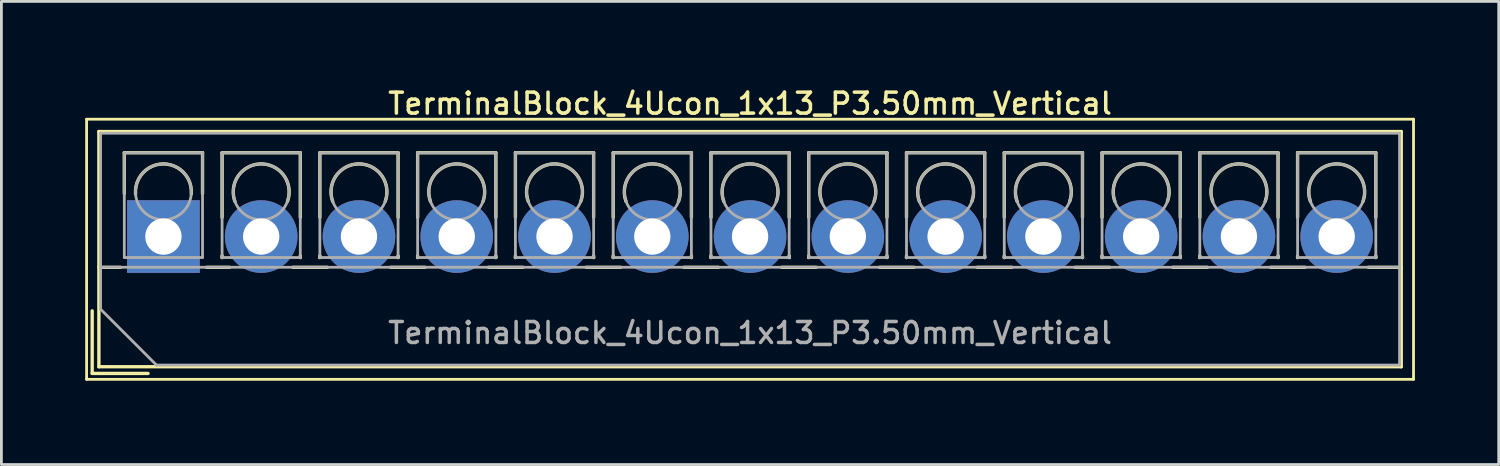
<source format=kicad_pcb>
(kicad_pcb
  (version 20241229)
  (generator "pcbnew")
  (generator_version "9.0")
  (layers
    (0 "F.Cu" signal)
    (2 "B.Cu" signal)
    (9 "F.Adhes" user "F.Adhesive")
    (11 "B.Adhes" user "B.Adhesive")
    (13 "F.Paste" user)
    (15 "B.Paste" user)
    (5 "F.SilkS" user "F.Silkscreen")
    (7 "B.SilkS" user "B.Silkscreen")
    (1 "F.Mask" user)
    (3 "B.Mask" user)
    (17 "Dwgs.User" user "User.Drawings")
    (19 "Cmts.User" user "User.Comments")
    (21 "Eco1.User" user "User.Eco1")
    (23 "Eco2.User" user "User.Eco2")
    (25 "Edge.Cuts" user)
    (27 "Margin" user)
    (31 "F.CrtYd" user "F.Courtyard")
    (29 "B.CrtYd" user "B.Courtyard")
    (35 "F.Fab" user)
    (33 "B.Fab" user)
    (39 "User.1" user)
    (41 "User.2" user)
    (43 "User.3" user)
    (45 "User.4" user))
  (footprint "TerminalBlock_4Ucon_1x13_P3.50mm_Vertical"
    (layer "F.Cu")
    (at 2.8 5.418)
    (property "Reference" "TerminalBlock_4Ucon_1x13_P3.50mm_Vertical" (at 21 -4.76 0) (layer "F.SilkS") (effects (font (size 0.75 0.75) (thickness 0.125))))
    (attr through_hole)
    (fp_line (start -2.75 -4.2) (end -2.75 5.11) (stroke (width 0.1) (type solid)) (layer "F.SilkS"))
    (fp_line (start -2.75 5.11) (end 44.75 5.11) (stroke (width 0.1) (type solid)) (layer "F.SilkS"))
    (fp_line (start -2.55 2.66) (end -2.55 4.9) (stroke (width 0.12) (type solid)) (layer "F.SilkS"))
    (fp_line (start -2.55 4.9) (end -0.55 4.9) (stroke (width 0.12) (type solid)) (layer "F.SilkS"))
    (fp_line (start -2.31 -3.76) (end -2.31 4.66) (stroke (width 0.12) (type solid)) (layer "F.SilkS"))
    (fp_line (start -2.31 -3.76) (end 44.31 -3.76) (stroke (width 0.12) (type solid)) (layer "F.SilkS"))
    (fp_line (start -2.31 1.101) (end -1.54 1.101) (stroke (width 0.12) (type solid)) (layer "F.SilkS"))
    (fp_line (start -2.31 4.66) (end 44.31 4.66) (stroke (width 0.12) (type solid)) (layer "F.SilkS"))
    (fp_line (start -1.4 -3) (end -1.4 -1.54) (stroke (width 0.12) (type solid)) (layer "F.SilkS"))
    (fp_line (start -1.4 -3) (end 1.4 -3) (stroke (width 0.12) (type solid)) (layer "F.SilkS"))
    (fp_line (start 1.4 -3) (end 1.4 -1.54) (stroke (width 0.12) (type solid)) (layer "F.SilkS"))
    (fp_line (start 1.54 1.101) (end 2.367 1.101) (stroke (width 0.12) (type solid)) (layer "F.SilkS"))
    (fp_line (start 2.1 -3) (end 2.1 -0.689) (stroke (width 0.12) (type solid)) (layer "F.SilkS"))
    (fp_line (start 2.1 -3) (end 4.9 -3) (stroke (width 0.12) (type solid)) (layer "F.SilkS"))
    (fp_line (start 2.1 0.689) (end 2.1 0.75) (stroke (width 0.12) (type solid)) (layer "F.SilkS"))
    (fp_line (start 2.1 0.75) (end 2.101 0.75) (stroke (width 0.12) (type solid)) (layer "F.SilkS"))
    (fp_line (start 4.634 1.101) (end 5.867 1.101) (stroke (width 0.12) (type solid)) (layer "F.SilkS"))
    (fp_line (start 4.9 -3) (end 4.9 -0.689) (stroke (width 0.12) (type solid)) (layer "F.SilkS"))
    (fp_line (start 4.9 0.689) (end 4.9 0.75) (stroke (width 0.12) (type solid)) (layer "F.SilkS"))
    (fp_line (start 4.9 0.75) (end 4.9 0.75) (stroke (width 0.12) (type solid)) (layer "F.SilkS"))
    (fp_line (start 5.6 -3) (end 5.6 -0.689) (stroke (width 0.12) (type solid)) (layer "F.SilkS"))
    (fp_line (start 5.6 -3) (end 8.4 -3) (stroke (width 0.12) (type solid)) (layer "F.SilkS"))
    (fp_line (start 5.6 0.689) (end 5.6 0.75) (stroke (width 0.12) (type solid)) (layer "F.SilkS"))
    (fp_line (start 5.6 0.75) (end 5.601 0.75) (stroke (width 0.12) (type solid)) (layer "F.SilkS"))
    (fp_line (start 8.134 1.101) (end 9.367 1.101) (stroke (width 0.12) (type solid)) (layer "F.SilkS"))
    (fp_line (start 8.4 -3) (end 8.4 -0.689) (stroke (width 0.12) (type solid)) (layer "F.SilkS"))
    (fp_line (start 8.4 0.689) (end 8.4 0.75) (stroke (width 0.12) (type solid)) (layer "F.SilkS"))
    (fp_line (start 8.4 0.75) (end 8.4 0.75) (stroke (width 0.12) (type solid)) (layer "F.SilkS"))
    (fp_line (start 9.1 -3) (end 9.1 -0.689) (stroke (width 0.12) (type solid)) (layer "F.SilkS"))
    (fp_line (start 9.1 -3) (end 11.9 -3) (stroke (width 0.12) (type solid)) (layer "F.SilkS"))
    (fp_line (start 9.1 0.689) (end 9.1 0.75) (stroke (width 0.12) (type solid)) (layer "F.SilkS"))
    (fp_line (start 9.1 0.75) (end 9.101 0.75) (stroke (width 0.12) (type solid)) (layer "F.SilkS"))
    (fp_line (start 11.634 1.101) (end 12.867 1.101) (stroke (width 0.12) (type solid)) (layer "F.SilkS"))
    (fp_line (start 11.9 -3) (end 11.9 -0.689) (stroke (width 0.12) (type solid)) (layer "F.SilkS"))
    (fp_line (start 11.9 0.689) (end 11.9 0.75) (stroke (width 0.12) (type solid)) (layer "F.SilkS"))
    (fp_line (start 11.9 0.75) (end 11.9 0.75) (stroke (width 0.12) (type solid)) (layer "F.SilkS"))
    (fp_line (start 12.6 -3) (end 12.6 -0.689) (stroke (width 0.12) (type solid)) (layer "F.SilkS"))
    (fp_line (start 12.6 -3) (end 15.4 -3) (stroke (width 0.12) (type solid)) (layer "F.SilkS"))
    (fp_line (start 12.6 0.689) (end 12.6 0.75) (stroke (width 0.12) (type solid)) (layer "F.SilkS"))
    (fp_line (start 12.6 0.75) (end 12.601 0.75) (stroke (width 0.12) (type solid)) (layer "F.SilkS"))
    (fp_line (start 15.134 1.101) (end 16.367 1.101) (stroke (width 0.12) (type solid)) (layer "F.SilkS"))
    (fp_line (start 15.4 -3) (end 15.4 -0.689) (stroke (width 0.12) (type solid)) (layer "F.SilkS"))
    (fp_line (start 15.4 0.689) (end 15.4 0.75) (stroke (width 0.12) (type solid)) (layer "F.SilkS"))
    (fp_line (start 15.4 0.75) (end 15.4 0.75) (stroke (width 0.12) (type solid)) (layer "F.SilkS"))
    (fp_line (start 16.101 -3) (end 16.101 -0.689) (stroke (width 0.12) (type solid)) (layer "F.SilkS"))
    (fp_line (start 16.101 -3) (end 18.9 -3) (stroke (width 0.12) (type solid)) (layer "F.SilkS"))
    (fp_line (start 16.101 0.689) (end 16.101 0.75) (stroke (width 0.12) (type solid)) (layer "F.SilkS"))
    (fp_line (start 16.101 0.75) (end 16.101 0.75) (stroke (width 0.12) (type solid)) (layer "F.SilkS"))
    (fp_line (start 18.634 1.101) (end 19.867 1.101) (stroke (width 0.12) (type solid)) (layer "F.SilkS"))
    (fp_line (start 18.9 -3) (end 18.9 -0.689) (stroke (width 0.12) (type solid)) (layer "F.SilkS"))
    (fp_line (start 18.9 0.689) (end 18.9 0.75) (stroke (width 0.12) (type solid)) (layer "F.SilkS"))
    (fp_line (start 18.9 0.75) (end 18.9 0.75) (stroke (width 0.12) (type solid)) (layer "F.SilkS"))
    (fp_line (start 19.6 -3) (end 19.6 -0.689) (stroke (width 0.12) (type solid)) (layer "F.SilkS"))
    (fp_line (start 19.6 -3) (end 22.4 -3) (stroke (width 0.12) (type solid)) (layer "F.SilkS"))
    (fp_line (start 19.6 0.689) (end 19.6 0.75) (stroke (width 0.12) (type solid)) (layer "F.SilkS"))
    (fp_line (start 19.6 0.75) (end 19.601 0.75) (stroke (width 0.12) (type solid)) (layer "F.SilkS"))
    (fp_line (start 22.134 1.101) (end 23.367 1.101) (stroke (width 0.12) (type solid)) (layer "F.SilkS"))
    (fp_line (start 22.4 -3) (end 22.4 -0.689) (stroke (width 0.12) (type solid)) (layer "F.SilkS"))
    (fp_line (start 22.4 0.689) (end 22.4 0.75) (stroke (width 0.12) (type solid)) (layer "F.SilkS"))
    (fp_line (start 22.4 0.75) (end 22.4 0.75) (stroke (width 0.12) (type solid)) (layer "F.SilkS"))
    (fp_line (start 23.1 -3) (end 23.1 -0.689) (stroke (width 0.12) (type solid)) (layer "F.SilkS"))
    (fp_line (start 23.1 -3) (end 25.9 -3) (stroke (width 0.12) (type solid)) (layer "F.SilkS"))
    (fp_line (start 23.1 0.689) (end 23.1 0.75) (stroke (width 0.12) (type solid)) (layer "F.SilkS"))
    (fp_line (start 23.1 0.75) (end 23.101 0.75) (stroke (width 0.12) (type solid)) (layer "F.SilkS"))
    (fp_line (start 25.634 1.101) (end 26.867 1.101) (stroke (width 0.12) (type solid)) (layer "F.SilkS"))
    (fp_line (start 25.9 -3) (end 25.9 -0.689) (stroke (width 0.12) (type solid)) (layer "F.SilkS"))
    (fp_line (start 25.9 0.689) (end 25.9 0.75) (stroke (width 0.12) (type solid)) (layer "F.SilkS"))
    (fp_line (start 25.9 0.75) (end 25.9 0.75) (stroke (width 0.12) (type solid)) (layer "F.SilkS"))
    (fp_line (start 26.6 -3) (end 26.6 -0.689) (stroke (width 0.12) (type solid)) (layer "F.SilkS"))
    (fp_line (start 26.6 -3) (end 29.4 -3) (stroke (width 0.12) (type solid)) (layer "F.SilkS"))
    (fp_line (start 26.6 0.689) (end 26.6 0.75) (stroke (width 0.12) (type solid)) (layer "F.SilkS"))
    (fp_line (start 26.6 0.75) (end 26.601 0.75) (stroke (width 0.12) (type solid)) (layer "F.SilkS"))
    (fp_line (start 29.134 1.101) (end 30.367 1.101) (stroke (width 0.12) (type solid)) (layer "F.SilkS"))
    (fp_line (start 29.4 -3) (end 29.4 -0.689) (stroke (width 0.12) (type solid)) (layer "F.SilkS"))
    (fp_line (start 29.4 0.689) (end 29.4 0.75) (stroke (width 0.12) (type solid)) (layer "F.SilkS"))
    (fp_line (start 29.4 0.75) (end 29.4 0.75) (stroke (width 0.12) (type solid)) (layer "F.SilkS"))
    (fp_line (start 30.1 -3) (end 30.1 -0.689) (stroke (width 0.12) (type solid)) (layer "F.SilkS"))
    (fp_line (start 30.1 -3) (end 32.9 -3) (stroke (width 0.12) (type solid)) (layer "F.SilkS"))
    (fp_line (start 30.1 0.689) (end 30.1 0.75) (stroke (width 0.12) (type solid)) (layer "F.SilkS"))
    (fp_line (start 30.1 0.75) (end 30.101 0.75) (stroke (width 0.12) (type solid)) (layer "F.SilkS"))
    (fp_line (start 32.634 1.101) (end 33.867 1.101) (stroke (width 0.12) (type solid)) (layer "F.SilkS"))
    (fp_line (start 32.9 -3) (end 32.9 -0.689) (stroke (width 0.12) (type solid)) (layer "F.SilkS"))
    (fp_line (start 32.9 0.689) (end 32.9 0.75) (stroke (width 0.12) (type solid)) (layer "F.SilkS"))
    (fp_line (start 32.9 0.75) (end 32.9 0.75) (stroke (width 0.12) (type solid)) (layer "F.SilkS"))
    (fp_line (start 33.6 -3) (end 33.6 -0.689) (stroke (width 0.12) (type solid)) (layer "F.SilkS"))
    (fp_line (start 33.6 -3) (end 36.4 -3) (stroke (width 0.12) (type solid)) (layer "F.SilkS"))
    (fp_line (start 33.6 0.689) (end 33.6 0.75) (stroke (width 0.12) (type solid)) (layer "F.SilkS"))
    (fp_line (start 33.6 0.75) (end 33.601 0.75) (stroke (width 0.12) (type solid)) (layer "F.SilkS"))
    (fp_line (start 36.134 1.101) (end 37.367 1.101) (stroke (width 0.12) (type solid)) (layer "F.SilkS"))
    (fp_line (start 36.4 -3) (end 36.4 -0.689) (stroke (width 0.12) (type solid)) (layer "F.SilkS"))
    (fp_line (start 36.4 0.689) (end 36.4 0.75) (stroke (width 0.12) (type solid)) (layer "F.SilkS"))
    (fp_line (start 36.4 0.75) (end 36.4 0.75) (stroke (width 0.12) (type solid)) (layer "F.SilkS"))
    (fp_line (start 37.1 -3) (end 37.1 -0.689) (stroke (width 0.12) (type solid)) (layer "F.SilkS"))
    (fp_line (start 37.1 -3) (end 39.9 -3) (stroke (width 0.12) (type solid)) (layer "F.SilkS"))
    (fp_line (start 37.1 0.689) (end 37.1 0.75) (stroke (width 0.12) (type solid)) (layer "F.SilkS"))
    (fp_line (start 37.1 0.75) (end 37.101 0.75) (stroke (width 0.12) (type solid)) (layer "F.SilkS"))
    (fp_line (start 39.634 1.101) (end 40.867 1.101) (stroke (width 0.12) (type solid)) (layer "F.SilkS"))
    (fp_line (start 39.9 -3) (end 39.9 -0.689) (stroke (width 0.12) (type solid)) (layer "F.SilkS"))
    (fp_line (start 39.9 0.689) (end 39.9 0.75) (stroke (width 0.12) (type solid)) (layer "F.SilkS"))
    (fp_line (start 39.9 0.75) (end 39.9 0.75) (stroke (width 0.12) (type solid)) (layer "F.SilkS"))
    (fp_line (start 40.6 -3) (end 40.6 -0.689) (stroke (width 0.12) (type solid)) (layer "F.SilkS"))
    (fp_line (start 40.6 -3) (end 43.4 -3) (stroke (width 0.12) (type solid)) (layer "F.SilkS"))
    (fp_line (start 40.6 0.689) (end 40.6 0.75) (stroke (width 0.12) (type solid)) (layer "F.SilkS"))
    (fp_line (start 40.6 0.75) (end 40.601 0.75) (stroke (width 0.12) (type solid)) (layer "F.SilkS"))
    (fp_line (start 43.134 1.101) (end 44.31 1.101) (stroke (width 0.12) (type solid)) (layer "F.SilkS"))
    (fp_line (start 43.4 -3) (end 43.4 -0.689) (stroke (width 0.12) (type solid)) (layer "F.SilkS"))
    (fp_line (start 43.4 0.689) (end 43.4 0.75) (stroke (width 0.12) (type solid)) (layer "F.SilkS"))
    (fp_line (start 43.4 0.75) (end 43.4 0.75) (stroke (width 0.12) (type solid)) (layer "F.SilkS"))
    (fp_line (start 44.31 -3.76) (end 44.31 4.66) (stroke (width 0.12) (type solid)) (layer "F.SilkS"))
    (fp_line (start 44.75 -4.2) (end -2.75 -4.2) (stroke (width 0.1) (type solid)) (layer "F.SilkS"))
    (fp_line (start 44.75 5.11) (end 44.75 -4.2) (stroke (width 0.1) (type solid)) (layer "F.SilkS"))
    (fp_arc (start -0.99789 -1.529434) (mid -0.000785 -2.600382) (end 0.998 -1.531) (stroke (width 0.12) (type solid)) (layer "F.SilkS"))
    (fp_arc (start 2.560085 -1.257767) (mid 3.499876 -2.600282) (end 4.44 -1.258) (stroke (width 0.12) (type solid)) (layer "F.SilkS"))
    (fp_arc (start 6.060085 -1.257767) (mid 6.999876 -2.600282) (end 7.94 -1.258) (stroke (width 0.12) (type solid)) (layer "F.SilkS"))
    (fp_arc (start 9.560085 -1.257767) (mid 10.499876 -2.600282) (end 11.44 -1.258) (stroke (width 0.12) (type solid)) (layer "F.SilkS"))
    (fp_arc (start 13.060085 -1.257767) (mid 13.999876 -2.600282) (end 14.94 -1.258) (stroke (width 0.12) (type solid)) (layer "F.SilkS"))
    (fp_arc (start 16.560085 -1.257767) (mid 17.499876 -2.600282) (end 18.44 -1.258) (stroke (width 0.12) (type solid)) (layer "F.SilkS"))
    (fp_arc (start 20.060085 -1.257767) (mid 20.999876 -2.600282) (end 21.94 -1.258) (stroke (width 0.12) (type solid)) (layer "F.SilkS"))
    (fp_arc (start 23.560085 -1.257767) (mid 24.499876 -2.600282) (end 25.44 -1.258) (stroke (width 0.12) (type solid)) (layer "F.SilkS"))
    (fp_arc (start 27.060085 -1.257767) (mid 27.999876 -2.600282) (end 28.94 -1.258) (stroke (width 0.12) (type solid)) (layer "F.SilkS"))
    (fp_arc (start 30.560085 -1.257767) (mid 31.499876 -2.600282) (end 32.44 -1.258) (stroke (width 0.12) (type solid)) (layer "F.SilkS"))
    (fp_arc (start 34.060085 -1.257767) (mid 34.999876 -2.600282) (end 35.94 -1.258) (stroke (width 0.12) (type solid)) (layer "F.SilkS"))
    (fp_arc (start 37.560085 -1.257767) (mid 38.499876 -2.600282) (end 39.44 -1.258) (stroke (width 0.12) (type solid)) (layer "F.SilkS"))
    (fp_arc (start 41.060085 -1.257767) (mid 41.999876 -2.600282) (end 42.94 -1.258) (stroke (width 0.12) (type solid)) (layer "F.SilkS"))
    (fp_line (start -2.25 -3.7) (end 44.25 -3.7) (stroke (width 0.1) (type solid)) (layer "F.Fab"))
    (fp_line (start -2.25 1.1) (end 44.25 1.1) (stroke (width 0.1) (type solid)) (layer "F.Fab"))
    (fp_line (start -2.25 2.6) (end -2.25 -3.7) (stroke (width 0.1) (type solid)) (layer "F.Fab"))
    (fp_line (start -1.4 -3) (end -1.4 0.75) (stroke (width 0.1) (type solid)) (layer "F.Fab"))
    (fp_line (start -1.4 0.75) (end 1.4 0.75) (stroke (width 0.1) (type solid)) (layer "F.Fab"))
    (fp_line (start -0.25 4.6) (end -2.25 2.6) (stroke (width 0.1) (type solid)) (layer "F.Fab"))
    (fp_line (start 1.4 -3) (end -1.4 -3) (stroke (width 0.1) (type solid)) (layer "F.Fab"))
    (fp_line (start 1.4 0.75) (end 1.4 -3) (stroke (width 0.1) (type solid)) (layer "F.Fab"))
    (fp_line (start 2.1 -3) (end 2.1 0.75) (stroke (width 0.1) (type solid)) (layer "F.Fab"))
    (fp_line (start 2.1 0.75) (end 4.9 0.75) (stroke (width 0.1) (type solid)) (layer "F.Fab"))
    (fp_line (start 4.9 -3) (end 2.1 -3) (stroke (width 0.1) (type solid)) (layer "F.Fab"))
    (fp_line (start 4.9 0.75) (end 4.9 -3) (stroke (width 0.1) (type solid)) (layer "F.Fab"))
    (fp_line (start 5.6 -3) (end 5.6 0.75) (stroke (width 0.1) (type solid)) (layer "F.Fab"))
    (fp_line (start 5.6 0.75) (end 8.4 0.75) (stroke (width 0.1) (type solid)) (layer "F.Fab"))
    (fp_line (start 8.4 -3) (end 5.6 -3) (stroke (width 0.1) (type solid)) (layer "F.Fab"))
    (fp_line (start 8.4 0.75) (end 8.4 -3) (stroke (width 0.1) (type solid)) (layer "F.Fab"))
    (fp_line (start 9.1 -3) (end 9.1 0.75) (stroke (width 0.1) (type solid)) (layer "F.Fab"))
    (fp_line (start 9.1 0.75) (end 11.9 0.75) (stroke (width 0.1) (type solid)) (layer "F.Fab"))
    (fp_line (start 11.9 -3) (end 9.1 -3) (stroke (width 0.1) (type solid)) (layer "F.Fab"))
    (fp_line (start 11.9 0.75) (end 11.9 -3) (stroke (width 0.1) (type solid)) (layer "F.Fab"))
    (fp_line (start 12.6 -3) (end 12.6 0.75) (stroke (width 0.1) (type solid)) (layer "F.Fab"))
    (fp_line (start 12.6 0.75) (end 15.4 0.75) (stroke (width 0.1) (type solid)) (layer "F.Fab"))
    (fp_line (start 15.4 -3) (end 12.6 -3) (stroke (width 0.1) (type solid)) (layer "F.Fab"))
    (fp_line (start 15.4 0.75) (end 15.4 -3) (stroke (width 0.1) (type solid)) (layer "F.Fab"))
    (fp_line (start 16.101 -3) (end 16.101 0.75) (stroke (width 0.1) (type solid)) (layer "F.Fab"))
    (fp_line (start 16.101 0.75) (end 18.9 0.75) (stroke (width 0.1) (type solid)) (layer "F.Fab"))
    (fp_line (start 18.9 -3) (end 16.101 -3) (stroke (width 0.1) (type solid)) (layer "F.Fab"))
    (fp_line (start 18.9 0.75) (end 18.9 -3) (stroke (width 0.1) (type solid)) (layer "F.Fab"))
    (fp_line (start 19.6 -3) (end 19.6 0.75) (stroke (width 0.1) (type solid)) (layer "F.Fab"))
    (fp_line (start 19.6 0.75) (end 22.4 0.75) (stroke (width 0.1) (type solid)) (layer "F.Fab"))
    (fp_line (start 22.4 -3) (end 19.6 -3) (stroke (width 0.1) (type solid)) (layer "F.Fab"))
    (fp_line (start 22.4 0.75) (end 22.4 -3) (stroke (width 0.1) (type solid)) (layer "F.Fab"))
    (fp_line (start 23.1 -3) (end 23.1 0.75) (stroke (width 0.1) (type solid)) (layer "F.Fab"))
    (fp_line (start 23.1 0.75) (end 25.9 0.75) (stroke (width 0.1) (type solid)) (layer "F.Fab"))
    (fp_line (start 25.9 -3) (end 23.1 -3) (stroke (width 0.1) (type solid)) (layer "F.Fab"))
    (fp_line (start 25.9 0.75) (end 25.9 -3) (stroke (width 0.1) (type solid)) (layer "F.Fab"))
    (fp_line (start 26.6 -3) (end 26.6 0.75) (stroke (width 0.1) (type solid)) (layer "F.Fab"))
    (fp_line (start 26.6 0.75) (end 29.4 0.75) (stroke (width 0.1) (type solid)) (layer "F.Fab"))
    (fp_line (start 29.4 -3) (end 26.6 -3) (stroke (width 0.1) (type solid)) (layer "F.Fab"))
    (fp_line (start 29.4 0.75) (end 29.4 -3) (stroke (width 0.1) (type solid)) (layer "F.Fab"))
    (fp_line (start 30.1 -3) (end 30.1 0.75) (stroke (width 0.1) (type solid)) (layer "F.Fab"))
    (fp_line (start 30.1 0.75) (end 32.9 0.75) (stroke (width 0.1) (type solid)) (layer "F.Fab"))
    (fp_line (start 32.9 -3) (end 30.1 -3) (stroke (width 0.1) (type solid)) (layer "F.Fab"))
    (fp_line (start 32.9 0.75) (end 32.9 -3) (stroke (width 0.1) (type solid)) (layer "F.Fab"))
    (fp_line (start 33.6 -3) (end 33.6 0.75) (stroke (width 0.1) (type solid)) (layer "F.Fab"))
    (fp_line (start 33.6 0.75) (end 36.4 0.75) (stroke (width 0.1) (type solid)) (layer "F.Fab"))
    (fp_line (start 36.4 -3) (end 33.6 -3) (stroke (width 0.1) (type solid)) (layer "F.Fab"))
    (fp_line (start 36.4 0.75) (end 36.4 -3) (stroke (width 0.1) (type solid)) (layer "F.Fab"))
    (fp_line (start 37.1 -3) (end 37.1 0.75) (stroke (width 0.1) (type solid)) (layer "F.Fab"))
    (fp_line (start 37.1 0.75) (end 39.9 0.75) (stroke (width 0.1) (type solid)) (layer "F.Fab"))
    (fp_line (start 39.9 -3) (end 37.1 -3) (stroke (width 0.1) (type solid)) (layer "F.Fab"))
    (fp_line (start 39.9 0.75) (end 39.9 -3) (stroke (width 0.1) (type solid)) (layer "F.Fab"))
    (fp_line (start 40.6 -3) (end 40.6 0.75) (stroke (width 0.1) (type solid)) (layer "F.Fab"))
    (fp_line (start 40.6 0.75) (end 43.4 0.75) (stroke (width 0.1) (type solid)) (layer "F.Fab"))
    (fp_line (start 43.4 -3) (end 40.6 -3) (stroke (width 0.1) (type solid)) (layer "F.Fab"))
    (fp_line (start 43.4 0.75) (end 43.4 -3) (stroke (width 0.1) (type solid)) (layer "F.Fab"))
    (fp_line (start 44.25 -3.7) (end 44.25 4.6) (stroke (width 0.1) (type solid)) (layer "F.Fab"))
    (fp_line (start 44.25 4.6) (end -0.25 4.6) (stroke (width 0.1) (type solid)) (layer "F.Fab"))
    (fp_circle (center 0 -1.6) (end 1 -1.6) (stroke (width 0.1) (type solid)) (fill no) (layer "F.Fab"))
    (fp_circle (center 3.5 -1.6) (end 4.5 -1.6) (stroke (width 0.1) (type solid)) (fill no) (layer "F.Fab"))
    (fp_circle (center 7 -1.6) (end 8 -1.6) (stroke (width 0.1) (type solid)) (fill no) (layer "F.Fab"))
    (fp_circle (center 10.5 -1.6) (end 11.5 -1.6) (stroke (width 0.1) (type solid)) (fill no) (layer "F.Fab"))
    (fp_circle (center 14 -1.6) (end 15 -1.6) (stroke (width 0.1) (type solid)) (fill no) (layer "F.Fab"))
    (fp_circle (center 17.5 -1.6) (end 18.5 -1.6) (stroke (width 0.1) (type solid)) (fill no) (layer "F.Fab"))
    (fp_circle (center 21 -1.6) (end 22 -1.6) (stroke (width 0.1) (type solid)) (fill no) (layer "F.Fab"))
    (fp_circle (center 24.5 -1.6) (end 25.5 -1.6) (stroke (width 0.1) (type solid)) (fill no) (layer "F.Fab"))
    (fp_circle (center 28 -1.6) (end 29 -1.6) (stroke (width 0.1) (type solid)) (fill no) (layer "F.Fab"))
    (fp_circle (center 31.5 -1.6) (end 32.5 -1.6) (stroke (width 0.1) (type solid)) (fill no) (layer "F.Fab"))
    (fp_circle (center 35 -1.6) (end 36 -1.6) (stroke (width 0.1) (type solid)) (fill no) (layer "F.Fab"))
    (fp_circle (center 38.5 -1.6) (end 39.5 -1.6) (stroke (width 0.1) (type solid)) (fill no) (layer "F.Fab"))
    (fp_circle (center 42 -1.6) (end 43 -1.6) (stroke (width 0.1) (type solid)) (fill no) (layer "F.Fab"))
    (fp_text user "${REFERENCE}" (at 21 3.45 0) (layer "F.Fab") (effects (font (size 0.75 0.75) (thickness 0.125))))
    (pad "1" thru_hole rect (at 0 0) (size 2.6 2.6) (drill 1.3) (layers "*.Cu" "*.Mask"))
    (pad "2" thru_hole circle (at 3.5 0) (size 2.6 2.6) (drill 1.3) (layers "*.Cu" "*.Mask"))
    (pad "3" thru_hole circle (at 7 0) (size 2.6 2.6) (drill 1.3) (layers "*.Cu" "*.Mask"))
    (pad "4" thru_hole circle (at 10.5 0) (size 2.6 2.6) (drill 1.3) (layers "*.Cu" "*.Mask"))
    (pad "5" thru_hole circle (at 14 0) (size 2.6 2.6) (drill 1.3) (layers "*.Cu" "*.Mask"))
    (pad "6" thru_hole circle (at 17.5 0) (size 2.6 2.6) (drill 1.3) (layers "*.Cu" "*.Mask"))
    (pad "7" thru_hole circle (at 21 0) (size 2.6 2.6) (drill 1.3) (layers "*.Cu" "*.Mask"))
    (pad "8" thru_hole circle (at 24.5 0) (size 2.6 2.6) (drill 1.3) (layers "*.Cu" "*.Mask"))
    (pad "9" thru_hole circle (at 28 0) (size 2.6 2.6) (drill 1.3) (layers "*.Cu" "*.Mask"))
    (pad "10" thru_hole circle (at 31.5 0) (size 2.6 2.6) (drill 1.3) (layers "*.Cu" "*.Mask"))
    (pad "11" thru_hole circle (at 35 0) (size 2.6 2.6) (drill 1.3) (layers "*.Cu" "*.Mask"))
    (pad "12" thru_hole circle (at 38.5 0) (size 2.6 2.6) (drill 1.3) (layers "*.Cu" "*.Mask"))
    (pad "13" thru_hole circle (at 42 0) (size 2.6 2.6) (drill 1.3) (layers "*.Cu" "*.Mask")))
  (gr_rect
    (start -3 -3)
    (end 50.6 13.578)
    (stroke (width 0.1) (type default))
    (fill no)
    (layer "Edge.Cuts")))
</source>
